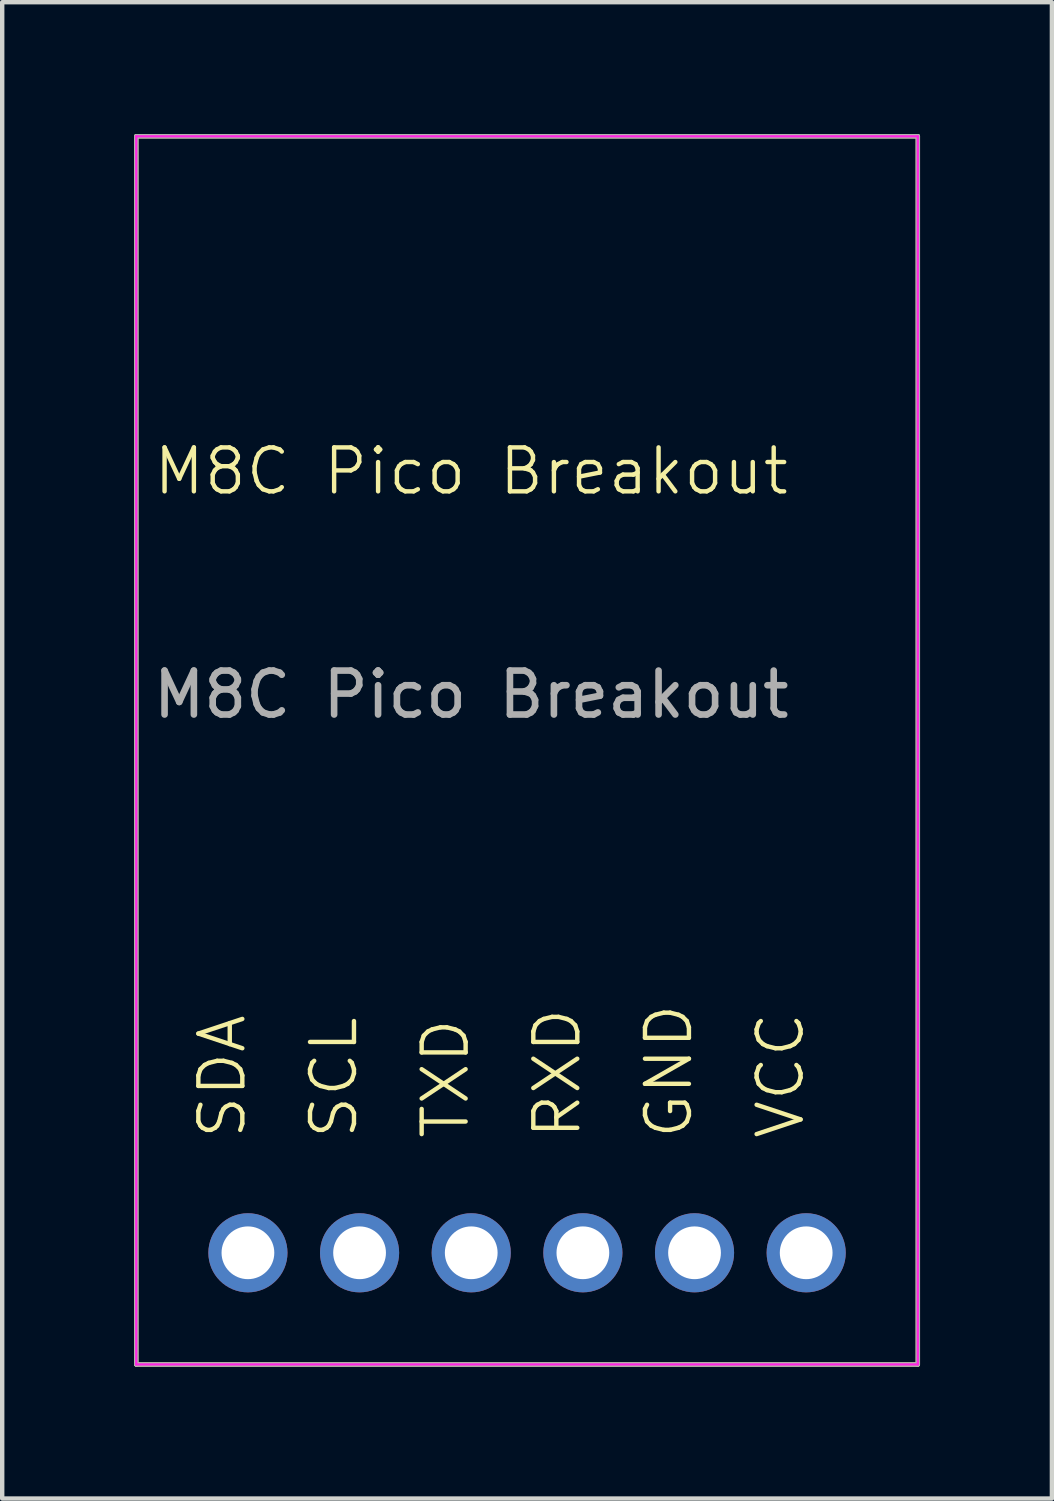
<source format=kicad_pcb>
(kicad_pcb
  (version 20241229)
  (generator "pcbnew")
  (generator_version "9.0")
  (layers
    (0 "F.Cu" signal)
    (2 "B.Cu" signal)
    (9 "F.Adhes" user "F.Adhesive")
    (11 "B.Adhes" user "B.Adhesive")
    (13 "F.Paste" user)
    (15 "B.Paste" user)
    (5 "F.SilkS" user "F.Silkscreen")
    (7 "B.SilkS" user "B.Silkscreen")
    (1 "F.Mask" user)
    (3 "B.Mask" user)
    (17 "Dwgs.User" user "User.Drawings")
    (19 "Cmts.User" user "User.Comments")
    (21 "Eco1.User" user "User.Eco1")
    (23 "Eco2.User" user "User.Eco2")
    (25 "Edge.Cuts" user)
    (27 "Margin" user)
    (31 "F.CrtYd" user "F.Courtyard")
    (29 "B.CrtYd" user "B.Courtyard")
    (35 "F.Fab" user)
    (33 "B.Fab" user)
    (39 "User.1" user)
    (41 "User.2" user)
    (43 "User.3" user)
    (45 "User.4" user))
  (footprint "M8C Pico Breakout"
    (layer "F.Cu")
    (at 2.59 25.45)
    (property "Reference" "M8C Pico Breakout" (at 5.08 -17.78 0) (unlocked yes) (layer "F.SilkS") (effects (font (size 1 1) (thickness 0.1))))
    (attr through_hole)
    (fp_line (start -2.54 -25.4) (end -2.54 2.54) (stroke (width 0.1) (type default)) (layer "F.SilkS"))
    (fp_line (start -2.54 2.54) (end 15.24 2.54) (stroke (width 0.1) (type default)) (layer "F.SilkS"))
    (fp_line (start 15.24 -25.4) (end -2.54 -25.4) (stroke (width 0.1) (type default)) (layer "F.SilkS"))
    (fp_line (start 15.24 2.54) (end 15.24 -25.4) (stroke (width 0.1) (type default)) (layer "F.SilkS"))
    (fp_line (start -2.54 -25.4) (end -2.54 2.54) (stroke (width 0.05) (type default)) (layer "F.CrtYd"))
    (fp_line (start -2.54 2.54) (end 15.24 2.54) (stroke (width 0.05) (type default)) (layer "F.CrtYd"))
    (fp_line (start 15.24 -25.4) (end -2.54 -25.4) (stroke (width 0.05) (type default)) (layer "F.CrtYd"))
    (fp_line (start 15.24 2.54) (end 15.24 -25.4) (stroke (width 0.05) (type default)) (layer "F.CrtYd"))
    (fp_line (start -2.54 -25.4) (end -2.54 2.54) (stroke (width 0.1) (type default)) (layer "F.Fab"))
    (fp_line (start -2.54 2.54) (end 15.24 2.54) (stroke (width 0.1) (type default)) (layer "F.Fab"))
    (fp_line (start 15.24 -25.4) (end -2.54 -25.4) (stroke (width 0.1) (type default)) (layer "F.Fab"))
    (fp_line (start 15.24 2.54) (end 15.24 -25.4) (stroke (width 0.1) (type default)) (layer "F.Fab"))
    (fp_text user "TXD" (at 5.08 -2.54 90) (unlocked yes) (layer "F.SilkS") (effects (font (size 1 1) (thickness 0.1)) (justify left bottom)))
    (fp_text user "GND" (at 10.16 -2.54 90) (unlocked yes) (layer "F.SilkS") (effects (font (size 1 1) (thickness 0.1)) (justify left bottom)))
    (fp_text user "VCC" (at 12.7 -2.54 90) (unlocked yes) (layer "F.SilkS") (effects (font (size 1 1) (thickness 0.1)) (justify left bottom)))
    (fp_text user "RXD" (at 7.62 -2.54 90) (unlocked yes) (layer "F.SilkS") (effects (font (size 1 1) (thickness 0.1)) (justify left bottom)))
    (fp_text user "SCL" (at 2.54 -2.54 90) (unlocked yes) (layer "F.SilkS") (effects (font (size 1 1) (thickness 0.1)) (justify left bottom)))
    (fp_text user "SDA" (at 0 -2.54 90) (unlocked yes) (layer "F.SilkS") (effects (font (size 1 1) (thickness 0.1)) (justify left bottom)))
    (fp_text user "${REFERENCE}" (at 5.08 -12.7 0) (unlocked yes) (layer "F.Fab") (effects (font (size 1 1) (thickness 0.15))))
    (pad "0" thru_hole circle (at 0 0) (size 1.8 1.8) (drill 1.2) (layers "*.Cu" "*.Mask"))
    (pad "1" thru_hole circle (at 2.54 0) (size 1.8 1.8) (drill 1.2) (layers "*.Cu" "*.Mask"))
    (pad "2" thru_hole circle (at 5.08 0) (size 1.8 1.8) (drill 1.2) (layers "*.Cu" "*.Mask"))
    (pad "3" thru_hole circle (at 7.62 0) (size 1.8 1.8) (drill 1.2) (layers "*.Cu" "*.Mask"))
    (pad "4" thru_hole circle (at 10.16 0) (size 1.8 1.8) (drill 1.2) (layers "*.Cu" "*.Mask"))
    (pad "5" thru_hole circle (at 12.7 0) (size 1.8 1.8) (drill 1.2) (layers "*.Cu" "*.Mask")))
  (gr_rect
    (start -3 -3)
    (end 20.88 31.04)
    (stroke (width 0.1) (type default))
    (fill no)
    (layer "Edge.Cuts")))
</source>
